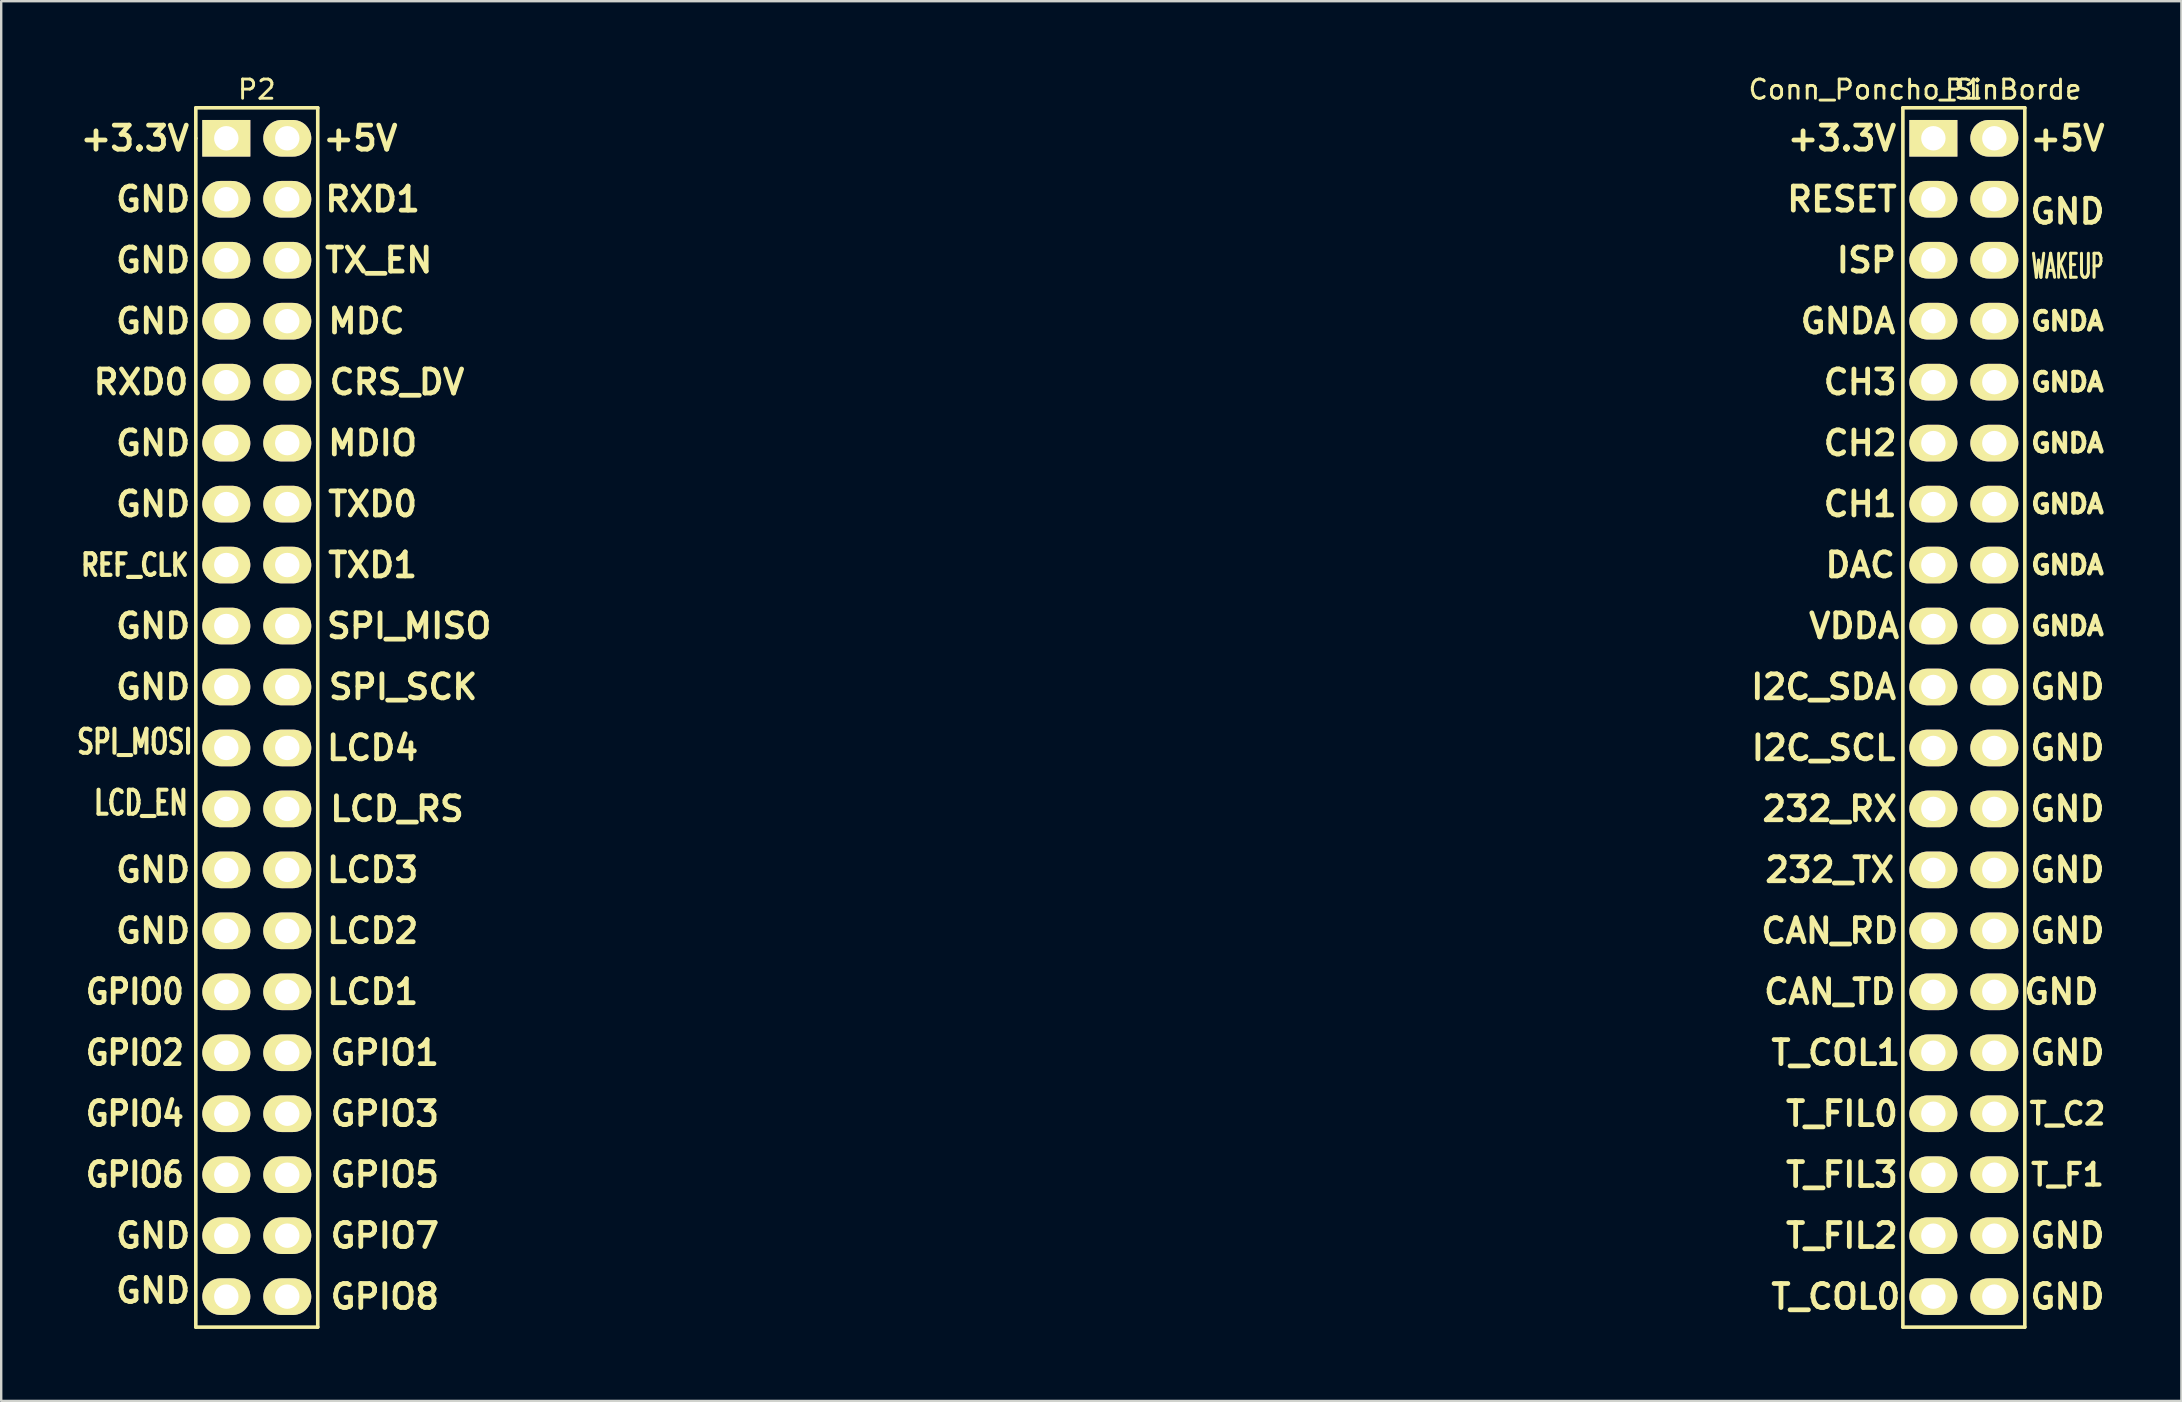
<source format=kicad_pcb>
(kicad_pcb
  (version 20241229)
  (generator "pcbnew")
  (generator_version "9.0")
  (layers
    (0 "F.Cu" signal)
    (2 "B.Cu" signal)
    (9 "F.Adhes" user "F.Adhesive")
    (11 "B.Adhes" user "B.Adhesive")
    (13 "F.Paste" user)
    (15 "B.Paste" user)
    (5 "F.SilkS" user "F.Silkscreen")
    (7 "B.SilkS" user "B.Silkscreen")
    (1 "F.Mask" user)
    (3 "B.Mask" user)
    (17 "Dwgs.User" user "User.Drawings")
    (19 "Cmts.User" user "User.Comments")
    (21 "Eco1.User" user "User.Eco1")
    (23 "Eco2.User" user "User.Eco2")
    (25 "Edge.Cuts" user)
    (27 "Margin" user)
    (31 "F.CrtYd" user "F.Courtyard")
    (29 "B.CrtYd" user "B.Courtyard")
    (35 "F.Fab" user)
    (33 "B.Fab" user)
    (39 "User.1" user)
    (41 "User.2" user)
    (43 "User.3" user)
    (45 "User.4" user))
  (footprint "Conn_Poncho_SinBorde"
    (layer "F.Cu")
    (at 77.498 2.711)
    (property "Reference" "Conn_Poncho_SinBorde" (at -0.762 -2.032 0) (layer "F.SilkS") (effects (font (size 0.8 0.8) (thickness 0.12))))
    (attr through_hole)
    (fp_line (start -72.39 -1.27) (end -67.31 -1.27) (stroke (width 0.15) (type solid)) (layer "F.SilkS"))
    (fp_line (start -72.39 0) (end -72.39 -1.27) (stroke (width 0.15) (type solid)) (layer "F.SilkS"))
    (fp_line (start -72.39 49.53) (end -72.39 0) (stroke (width 0.15) (type solid)) (layer "F.SilkS"))
    (fp_line (start -67.31 -1.27) (end -67.31 49.53) (stroke (width 0.15) (type solid)) (layer "F.SilkS"))
    (fp_line (start -67.31 49.53) (end -72.39 49.53) (stroke (width 0.15) (type solid)) (layer "F.SilkS"))
    (fp_line (start -1.27 49.53) (end -1.27 -1.27) (stroke (width 0.15) (type solid)) (layer "F.SilkS"))
    (fp_line (start 3.81 -1.27) (end -1.27 -1.27) (stroke (width 0.15) (type solid)) (layer "F.SilkS"))
    (fp_line (start 3.81 49.53) (end -1.27 49.53) (stroke (width 0.15) (type solid)) (layer "F.SilkS"))
    (fp_line (start 3.81 49.53) (end 3.81 -1.27) (stroke (width 0.15) (type solid)) (layer "F.SilkS"))
    (fp_text user "+3.3V" (at -3.81 0 0) (layer "F.SilkS") (effects (font (size 1 1) (thickness 0.2))))
    (fp_text user "RESET" (at -3.81 2.54 0) (layer "F.SilkS") (effects (font (size 1 1) (thickness 0.2))))
    (fp_text user "DAC" (at -3.048 17.78 0) (layer "F.SilkS") (effects (font (size 1 1) (thickness 0.2))))
    (fp_text user "GND" (at -74.168 33.02 0) (layer "F.SilkS") (effects (font (size 1 1) (thickness 0.2))))
    (fp_text user "GNDA" (at 5.588 15.24 0) (layer "F.SilkS") (effects (font (size 0.76 0.76) (thickness 0.19))))
    (fp_text user "GND" (at -74.168 5.08 0) (layer "F.SilkS") (effects (font (size 1 1) (thickness 0.2))))
    (fp_text user "WAKEUP" (at 5.588 5.334 0) (layer "F.SilkS") (effects (font (size 1 0.5) (thickness 0.125))))
    (fp_text user "LCD1" (at -65.024 35.56 0) (layer "F.SilkS") (effects (font (size 1 1) (thickness 0.2))))
    (fp_text user "GND" (at -74.168 20.32 0) (layer "F.SilkS") (effects (font (size 1 1) (thickness 0.2))))
    (fp_text user "T_FIL3" (at -3.81 43.18 0) (layer "F.SilkS") (effects (font (size 1 1) (thickness 0.2))))
    (fp_text user "LCD_EN" (at -74.676 27.686 0) (layer "F.SilkS") (effects (font (size 1 0.7) (thickness 0.17))))
    (fp_text user "GPIO0" (at -74.93 35.56 0) (layer "F.SilkS") (effects (font (size 1 0.9) (thickness 0.2))))
    (fp_text user "SPI_MISO" (at -63.5 20.32 0) (layer "F.SilkS") (effects (font (size 1 1) (thickness 0.2))))
    (fp_text user "GND" (at 5.334 35.56 0) (layer "F.SilkS") (effects (font (size 1 1) (thickness 0.2))))
    (fp_text user "GND" (at -74.168 2.54 0) (layer "F.SilkS") (effects (font (size 1 1) (thickness 0.2))))
    (fp_text user "CH2" (at -3.048 12.7 0) (layer "F.SilkS") (effects (font (size 1 1) (thickness 0.2))))
    (fp_text user "GND" (at 5.588 33.02 0) (layer "F.SilkS") (effects (font (size 1 1) (thickness 0.2))))
    (fp_text user "GNDA" (at -3.556 7.62 0) (layer "F.SilkS") (effects (font (size 1 1) (thickness 0.2))))
    (fp_text user "GND" (at -74.168 45.72 0) (layer "F.SilkS") (effects (font (size 1 1) (thickness 0.2))))
    (fp_text user "TX_EN" (at -64.77 5.08 0) (layer "F.SilkS") (effects (font (size 1 1) (thickness 0.2))))
    (fp_text user "GPIO7" (at -64.516 45.72 0) (layer "F.SilkS") (effects (font (size 1 1) (thickness 0.2))))
    (fp_text user "P2" (at -69.85 -2.032 0) (layer "F.SilkS") (effects (font (size 0.8 0.8) (thickness 0.12))))
    (fp_text user "GND" (at 5.588 25.4 0) (layer "F.SilkS") (effects (font (size 1 1) (thickness 0.2))))
    (fp_text user "GPIO5" (at -64.516 43.18 0) (layer "F.SilkS") (effects (font (size 1 1) (thickness 0.2))))
    (fp_text user "VDDA" (at -3.302 20.32 0) (layer "F.SilkS") (effects (font (size 1 1) (thickness 0.2))))
    (fp_text user "GND" (at -74.168 30.48 0) (layer "F.SilkS") (effects (font (size 1 1) (thickness 0.2))))
    (fp_text user "MDC" (at -65.278 7.62 0) (layer "F.SilkS") (effects (font (size 1 1) (thickness 0.2))))
    (fp_text user "232_TX" (at -4.318 30.48 0) (layer "F.SilkS") (effects (font (size 1 1) (thickness 0.2))))
    (fp_text user "GNDA" (at 5.588 10.16 0) (layer "F.SilkS") (effects (font (size 0.76 0.76) (thickness 0.19))))
    (fp_text user "I2C_SCL" (at -4.572 25.4 0) (layer "F.SilkS") (effects (font (size 1 1) (thickness 0.2))))
    (fp_text user "GNDA" (at 5.588 17.78 0) (layer "F.SilkS") (effects (font (size 0.76 0.76) (thickness 0.19))))
    (fp_text user "GND" (at 5.588 48.26 0) (layer "F.SilkS") (effects (font (size 1 1) (thickness 0.2))))
    (fp_text user "GPIO4" (at -74.93 40.64 0) (layer "F.SilkS") (effects (font (size 1 0.9) (thickness 0.2))))
    (fp_text user "232_RX" (at -4.318 27.94 0) (layer "F.SilkS") (effects (font (size 1 1) (thickness 0.2))))
    (fp_text user "CH1" (at -3.048 15.24 0) (layer "F.SilkS") (effects (font (size 1 1) (thickness 0.2))))
    (fp_text user "GPIO3" (at -64.516 40.64 0) (layer "F.SilkS") (effects (font (size 1 1) (thickness 0.2))))
    (fp_text user "LCD_RS" (at -64.008 27.94 0) (layer "F.SilkS") (effects (font (size 1 1) (thickness 0.2))))
    (fp_text user "TXD0" (at -65.024 15.24 0) (layer "F.SilkS") (effects (font (size 1 1) (thickness 0.2))))
    (fp_text user "GNDA" (at 5.588 7.62 0) (layer "F.SilkS") (effects (font (size 0.76 0.76) (thickness 0.19))))
    (fp_text user "SPI_SCK" (at -63.754 22.86 0) (layer "F.SilkS") (effects (font (size 1 1) (thickness 0.2))))
    (fp_text user "+3.3V" (at -74.93 0 0) (layer "F.SilkS") (effects (font (size 1 1) (thickness 0.2))))
    (fp_text user "GPIO1" (at -64.516 38.1 0) (layer "F.SilkS") (effects (font (size 1 1) (thickness 0.2))))
    (fp_text user "T_COL1" (at -4.064 38.1 0) (layer "F.SilkS") (effects (font (size 1 1) (thickness 0.2))))
    (fp_text user "LCD2" (at -65.024 33.02 0) (layer "F.SilkS") (effects (font (size 1 1) (thickness 0.2))))
    (fp_text user "GND" (at 5.588 45.72 0) (layer "F.SilkS") (effects (font (size 1 1) (thickness 0.2))))
    (fp_text user "MDIO" (at -65.024 12.7 0) (layer "F.SilkS") (effects (font (size 1 1) (thickness 0.2))))
    (fp_text user "GPIO8" (at -64.516 48.26 0) (layer "F.SilkS") (effects (font (size 1 1) (thickness 0.2))))
    (fp_text user "GNDA" (at 5.588 20.32 0) (layer "F.SilkS") (effects (font (size 0.76 0.76) (thickness 0.19))))
    (fp_text user "REF_CLK" (at -74.93 17.78 0) (layer "F.SilkS") (effects (font (size 0.9 0.7) (thickness 0.175))))
    (fp_text user "CAN_RD" (at -4.318 33.02 0) (layer "F.SilkS") (effects (font (size 1 1) (thickness 0.2))))
    (fp_text user "GND" (at -74.168 7.62 0) (layer "F.SilkS") (effects (font (size 1 1) (thickness 0.2))))
    (fp_text user "ISP" (at -2.794 5.08 0) (layer "F.SilkS") (effects (font (size 1 1) (thickness 0.2))))
    (fp_text user "GND" (at 5.588 38.1 0) (layer "F.SilkS") (effects (font (size 1 1) (thickness 0.2))))
    (fp_text user "T_F1" (at 5.588 43.18 0) (layer "F.SilkS") (effects (font (size 0.9 0.9) (thickness 0.18))))
    (fp_text user "GNDA" (at 5.588 12.7 0) (layer "F.SilkS") (effects (font (size 0.76 0.76) (thickness 0.19))))
    (fp_text user "GND" (at 5.588 3.048 0) (layer "F.SilkS") (effects (font (size 1 1) (thickness 0.2))))
    (fp_text user "P1" (at 1.27 -2.032 0) (layer "F.SilkS") (effects (font (size 0.8 0.8) (thickness 0.12))))
    (fp_text user "SPI_MOSI" (at -74.93 25.146 0) (layer "F.SilkS") (effects (font (size 1 0.7) (thickness 0.17))))
    (fp_text user "RXD0" (at -74.676 10.16 0) (layer "F.SilkS") (effects (font (size 1 1) (thickness 0.2))))
    (fp_text user "CH3" (at -3.048 10.16 0) (layer "F.SilkS") (effects (font (size 1 1) (thickness 0.2))))
    (fp_text user "RXD1" (at -65.024 2.54 0) (layer "F.SilkS") (effects (font (size 1 1) (thickness 0.2))))
    (fp_text user "+5V" (at 5.588 0 0) (layer "F.SilkS") (effects (font (size 1 1) (thickness 0.2))))
    (fp_text user "CRS_DV" (at -64.008 10.16 0) (layer "F.SilkS") (effects (font (size 1 1) (thickness 0.2))))
    (fp_text user "LCD3" (at -65.024 30.48 0) (layer "F.SilkS") (effects (font (size 1 1) (thickness 0.2))))
    (fp_text user "T_FIL2" (at -3.81 45.72 0) (layer "F.SilkS") (effects (font (size 1 1) (thickness 0.2))))
    (fp_text user "T_COL0" (at -4.064 48.26 0) (layer "F.SilkS") (effects (font (size 1 1) (thickness 0.2))))
    (fp_text user "GPIO2" (at -74.93 38.1 0) (layer "F.SilkS") (effects (font (size 1 0.9) (thickness 0.2))))
    (fp_text user "GND" (at -74.168 48.006 0) (layer "F.SilkS") (effects (font (size 1 1) (thickness 0.2))))
    (fp_text user "CAN_TD" (at -4.318 35.56 0) (layer "F.SilkS") (effects (font (size 1 1) (thickness 0.2))))
    (fp_text user "LCD4" (at -65.024 25.4 0) (layer "F.SilkS") (effects (font (size 1 1) (thickness 0.2))))
    (fp_text user "GND" (at 5.588 27.94 0) (layer "F.SilkS") (effects (font (size 1 1) (thickness 0.2))))
    (fp_text user "TXD1" (at -65.024 17.78 0) (layer "F.SilkS") (effects (font (size 1 1) (thickness 0.2))))
    (fp_text user "GND" (at -74.168 15.24 0) (layer "F.SilkS") (effects (font (size 1 1) (thickness 0.2))))
    (fp_text user "T_C2" (at 5.588 40.64 0) (layer "F.SilkS") (effects (font (size 0.9 0.9) (thickness 0.18))))
    (fp_text user "I2C_SDA" (at -4.572 22.86 0) (layer "F.SilkS") (effects (font (size 1 1) (thickness 0.2))))
    (fp_text user "T_FIL0" (at -3.81 40.64 0) (layer "F.SilkS") (effects (font (size 1 1) (thickness 0.2))))
    (fp_text user "+5V" (at -65.532 0 0) (layer "F.SilkS") (effects (font (size 1 1) (thickness 0.2))))
    (fp_text user "GND" (at 5.588 22.86 0) (layer "F.SilkS") (effects (font (size 1 1) (thickness 0.2))))
    (fp_text user "GND" (at -74.168 22.86 0) (layer "F.SilkS") (effects (font (size 1 1) (thickness 0.2))))
    (fp_text user "GND" (at -74.168 12.7 0) (layer "F.SilkS") (effects (font (size 1 1) (thickness 0.2))))
    (fp_text user "GPIO6" (at -74.93 43.18 0) (layer "F.SilkS") (effects (font (size 1 0.9) (thickness 0.2))))
    (fp_text user "GND" (at 5.588 30.48 0) (layer "F.SilkS") (effects (font (size 1 1) (thickness 0.2))))
    (pad "1" thru_hole rect (at 0 0 270) (size 1.524 2) (drill 1.016) (layers "*.Cu" "*.Mask" "F.SilkS"))
    (pad "2" thru_hole oval (at 2.54 0 270) (size 1.524 2) (drill 1.016) (layers "*.Cu" "*.Mask" "F.SilkS"))
    (pad "3" thru_hole oval (at 0 2.54 270) (size 1.524 2) (drill 1.016) (layers "*.Cu" "*.Mask" "F.SilkS"))
    (pad "4" thru_hole oval (at 2.54 2.54 270) (size 1.524 2) (drill 1.016) (layers "*.Cu" "*.Mask" "F.SilkS"))
    (pad "5" thru_hole oval (at 0 5.08 270) (size 1.524 2) (drill 1.016) (layers "*.Cu" "*.Mask" "F.SilkS"))
    (pad "6" thru_hole oval (at 2.54 5.08 270) (size 1.524 2) (drill 1.016) (layers "*.Cu" "*.Mask" "F.SilkS"))
    (pad "7" thru_hole oval (at 0 7.62 270) (size 1.524 2) (drill 1.016) (layers "*.Cu" "*.Mask" "F.SilkS"))
    (pad "8" thru_hole oval (at 2.54 7.62 270) (size 1.524 2) (drill 1.016) (layers "*.Cu" "*.Mask" "F.SilkS"))
    (pad "9" thru_hole oval (at 0 10.16 270) (size 1.524 2) (drill 1.016) (layers "*.Cu" "*.Mask" "F.SilkS"))
    (pad "10" thru_hole oval (at 2.54 10.16 270) (size 1.524 2) (drill 1.016) (layers "*.Cu" "*.Mask" "F.SilkS"))
    (pad "11" thru_hole oval (at 0 12.7 270) (size 1.524 2) (drill 1.016) (layers "*.Cu" "*.Mask" "F.SilkS"))
    (pad "12" thru_hole oval (at 2.54 12.7 270) (size 1.524 2) (drill 1.016) (layers "*.Cu" "*.Mask" "F.SilkS"))
    (pad "13" thru_hole oval (at 0 15.24 270) (size 1.524 2) (drill 1.016) (layers "*.Cu" "*.Mask" "F.SilkS"))
    (pad "14" thru_hole oval (at 2.54 15.24 270) (size 1.524 2) (drill 1.016) (layers "*.Cu" "*.Mask" "F.SilkS"))
    (pad "15" thru_hole oval (at 0 17.78 270) (size 1.524 2) (drill 1.016) (layers "*.Cu" "*.Mask" "F.SilkS"))
    (pad "16" thru_hole oval (at 2.54 17.78 270) (size 1.524 2) (drill 1.016) (layers "*.Cu" "*.Mask" "F.SilkS"))
    (pad "17" thru_hole oval (at 0 20.32 270) (size 1.524 2) (drill 1.016) (layers "*.Cu" "*.Mask" "F.SilkS"))
    (pad "18" thru_hole oval (at 2.54 20.32 270) (size 1.524 2) (drill 1.016) (layers "*.Cu" "*.Mask" "F.SilkS"))
    (pad "19" thru_hole oval (at 0 22.86 270) (size 1.524 2) (drill 1.016) (layers "*.Cu" "*.Mask" "F.SilkS"))
    (pad "20" thru_hole oval (at 2.54 22.86 270) (size 1.524 2) (drill 1.016) (layers "*.Cu" "*.Mask" "F.SilkS"))
    (pad "21" thru_hole oval (at 0 25.4 270) (size 1.524 2) (drill 1.016) (layers "*.Cu" "*.Mask" "F.SilkS"))
    (pad "22" thru_hole oval (at 2.54 25.4 270) (size 1.524 2) (drill 1.016) (layers "*.Cu" "*.Mask" "F.SilkS"))
    (pad "23" thru_hole oval (at 0 27.94 270) (size 1.524 2) (drill 1.016) (layers "*.Cu" "*.Mask" "F.SilkS"))
    (pad "24" thru_hole oval (at 2.54 27.94 270) (size 1.524 2) (drill 1.016) (layers "*.Cu" "*.Mask" "F.SilkS"))
    (pad "25" thru_hole oval (at 0 30.48 270) (size 1.524 2) (drill 1.016) (layers "*.Cu" "*.Mask" "F.SilkS"))
    (pad "26" thru_hole oval (at 2.54 30.48 270) (size 1.524 2) (drill 1.016) (layers "*.Cu" "*.Mask" "F.SilkS"))
    (pad "27" thru_hole oval (at 0 33.02 270) (size 1.524 2) (drill 1.016) (layers "*.Cu" "*.Mask" "F.SilkS"))
    (pad "28" thru_hole oval (at 2.54 33.02 270) (size 1.524 2) (drill 1.016) (layers "*.Cu" "*.Mask" "F.SilkS"))
    (pad "29" thru_hole oval (at 0 35.56 270) (size 1.524 2) (drill 1.016) (layers "*.Cu" "*.Mask" "F.SilkS"))
    (pad "30" thru_hole oval (at 2.54 35.56 270) (size 1.524 2) (drill 1.016) (layers "*.Cu" "*.Mask" "F.SilkS"))
    (pad "31" thru_hole oval (at 0 38.1 270) (size 1.524 2) (drill 1.016) (layers "*.Cu" "*.Mask" "F.SilkS"))
    (pad "32" thru_hole oval (at 2.54 38.1 270) (size 1.524 2) (drill 1.016) (layers "*.Cu" "*.Mask" "F.SilkS"))
    (pad "33" thru_hole oval (at 0 40.64 270) (size 1.524 2) (drill 1.016) (layers "*.Cu" "*.Mask" "F.SilkS"))
    (pad "34" thru_hole oval (at 2.54 40.64 270) (size 1.524 2) (drill 1.016) (layers "*.Cu" "*.Mask" "F.SilkS"))
    (pad "35" thru_hole oval (at 0 43.18 270) (size 1.524 2) (drill 1.016) (layers "*.Cu" "*.Mask" "F.SilkS"))
    (pad "36" thru_hole oval (at 2.54 43.18 270) (size 1.524 2) (drill 1.016) (layers "*.Cu" "*.Mask" "F.SilkS"))
    (pad "37" thru_hole oval (at 0 45.72 270) (size 1.524 2) (drill 1.016) (layers "*.Cu" "*.Mask" "F.SilkS"))
    (pad "38" thru_hole oval (at 2.54 45.72 270) (size 1.524 2) (drill 1.016) (layers "*.Cu" "*.Mask" "F.SilkS"))
    (pad "39" thru_hole oval (at 0 48.26 270) (size 1.524 2) (drill 1.016) (layers "*.Cu" "*.Mask" "F.SilkS"))
    (pad "40" thru_hole oval (at 2.54 48.26 270) (size 1.524 2) (drill 1.016) (layers "*.Cu" "*.Mask" "F.SilkS"))
    (pad "41" thru_hole rect (at -71.12 0 270) (size 1.524 2) (drill 1.016) (layers "*.Cu" "*.Mask" "F.SilkS"))
    (pad "42" thru_hole oval (at -68.58 0 270) (size 1.524 2) (drill 1.016) (layers "*.Cu" "*.Mask" "F.SilkS"))
    (pad "43" thru_hole oval (at -71.12 2.54 270) (size 1.524 2) (drill 1.016) (layers "*.Cu" "*.Mask" "F.SilkS"))
    (pad "44" thru_hole oval (at -68.58 2.54 270) (size 1.524 2) (drill 1.016) (layers "*.Cu" "*.Mask" "F.SilkS"))
    (pad "45" thru_hole oval (at -71.12 5.08 270) (size 1.524 2) (drill 1.016) (layers "*.Cu" "*.Mask" "F.SilkS"))
    (pad "46" thru_hole oval (at -68.58 5.08 270) (size 1.524 2) (drill 1.016) (layers "*.Cu" "*.Mask" "F.SilkS"))
    (pad "47" thru_hole oval (at -71.12 7.62 270) (size 1.524 2) (drill 1.016) (layers "*.Cu" "*.Mask" "F.SilkS"))
    (pad "48" thru_hole oval (at -68.58 7.62 270) (size 1.524 2) (drill 1.016) (layers "*.Cu" "*.Mask" "F.SilkS"))
    (pad "49" thru_hole oval (at -71.12 10.16 270) (size 1.524 2) (drill 1.016) (layers "*.Cu" "*.Mask" "F.SilkS"))
    (pad "50" thru_hole oval (at -68.58 10.16 270) (size 1.524 2) (drill 1.016) (layers "*.Cu" "*.Mask" "F.SilkS"))
    (pad "51" thru_hole oval (at -71.12 12.7 270) (size 1.524 2) (drill 1.016) (layers "*.Cu" "*.Mask" "F.SilkS"))
    (pad "52" thru_hole oval (at -68.58 12.7 270) (size 1.524 2) (drill 1.016) (layers "*.Cu" "*.Mask" "F.SilkS"))
    (pad "53" thru_hole oval (at -71.12 15.24 270) (size 1.524 2) (drill 1.016) (layers "*.Cu" "*.Mask" "F.SilkS"))
    (pad "54" thru_hole oval (at -68.58 15.24 270) (size 1.524 2) (drill 1.016) (layers "*.Cu" "*.Mask" "F.SilkS"))
    (pad "55" thru_hole oval (at -71.12 17.78 270) (size 1.524 2) (drill 1.016) (layers "*.Cu" "*.Mask" "F.SilkS"))
    (pad "56" thru_hole oval (at -68.58 17.78 270) (size 1.524 2) (drill 1.016) (layers "*.Cu" "*.Mask" "F.SilkS"))
    (pad "57" thru_hole oval (at -71.12 20.32 270) (size 1.524 2) (drill 1.016) (layers "*.Cu" "*.Mask" "F.SilkS"))
    (pad "58" thru_hole oval (at -68.58 20.32 270) (size 1.524 2) (drill 1.016) (layers "*.Cu" "*.Mask" "F.SilkS"))
    (pad "59" thru_hole oval (at -71.12 22.86 270) (size 1.524 2) (drill 1.016) (layers "*.Cu" "*.Mask" "F.SilkS"))
    (pad "60" thru_hole oval (at -68.58 22.86 270) (size 1.524 2) (drill 1.016) (layers "*.Cu" "*.Mask" "F.SilkS"))
    (pad "61" thru_hole oval (at -71.12 25.4 270) (size 1.524 2) (drill 1.016) (layers "*.Cu" "*.Mask" "F.SilkS"))
    (pad "62" thru_hole oval (at -68.58 25.4 270) (size 1.524 2) (drill 1.016) (layers "*.Cu" "*.Mask" "F.SilkS"))
    (pad "63" thru_hole oval (at -71.12 27.94 270) (size 1.524 2) (drill 1.016) (layers "*.Cu" "*.Mask" "F.SilkS"))
    (pad "64" thru_hole oval (at -68.58 27.94 270) (size 1.524 2) (drill 1.016) (layers "*.Cu" "*.Mask" "F.SilkS"))
    (pad "65" thru_hole oval (at -71.12 30.48 270) (size 1.524 2) (drill 1.016) (layers "*.Cu" "*.Mask" "F.SilkS"))
    (pad "66" thru_hole oval (at -68.58 30.48 270) (size 1.524 2) (drill 1.016) (layers "*.Cu" "*.Mask" "F.SilkS"))
    (pad "67" thru_hole oval (at -71.12 33.02 270) (size 1.524 2) (drill 1.016) (layers "*.Cu" "*.Mask" "F.SilkS"))
    (pad "68" thru_hole oval (at -68.58 33.02 270) (size 1.524 2) (drill 1.016) (layers "*.Cu" "*.Mask" "F.SilkS"))
    (pad "69" thru_hole oval (at -71.12 35.56 270) (size 1.524 2) (drill 1.016) (layers "*.Cu" "*.Mask" "F.SilkS"))
    (pad "70" thru_hole oval (at -68.58 35.56 270) (size 1.524 2) (drill 1.016) (layers "*.Cu" "*.Mask" "F.SilkS"))
    (pad "71" thru_hole oval (at -71.12 38.1 270) (size 1.524 2) (drill 1.016) (layers "*.Cu" "*.Mask" "F.SilkS"))
    (pad "72" thru_hole oval (at -68.58 38.1 270) (size 1.524 2) (drill 1.016) (layers "*.Cu" "*.Mask" "F.SilkS"))
    (pad "73" thru_hole oval (at -71.12 40.64 270) (size 1.524 2) (drill 1.016) (layers "*.Cu" "*.Mask" "F.SilkS"))
    (pad "74" thru_hole oval (at -68.58 40.64 270) (size 1.524 2) (drill 1.016) (layers "*.Cu" "*.Mask" "F.SilkS"))
    (pad "75" thru_hole oval (at -71.12 43.18 270) (size 1.524 2) (drill 1.016) (layers "*.Cu" "*.Mask" "F.SilkS"))
    (pad "76" thru_hole oval (at -68.58 43.18 270) (size 1.524 2) (drill 1.016) (layers "*.Cu" "*.Mask" "F.SilkS"))
    (pad "77" thru_hole oval (at -71.12 45.72 270) (size 1.524 2) (drill 1.016) (layers "*.Cu" "*.Mask" "F.SilkS"))
    (pad "78" thru_hole oval (at -68.58 45.72 270) (size 1.524 2) (drill 1.016) (layers "*.Cu" "*.Mask" "F.SilkS"))
    (pad "79" thru_hole oval (at -71.12 48.26 270) (size 1.524 2) (drill 1.016) (layers "*.Cu" "*.Mask" "F.SilkS"))
    (pad "80" thru_hole oval (at -68.58 48.26 270) (size 1.524 2) (drill 1.016) (layers "*.Cu" "*.Mask" "F.SilkS")))
  (gr_rect
    (start -3 -3)
    (end 87.831 55.316)
    (stroke (width 0.1) (type default))
    (fill no)
    (layer "Edge.Cuts")))
</source>
